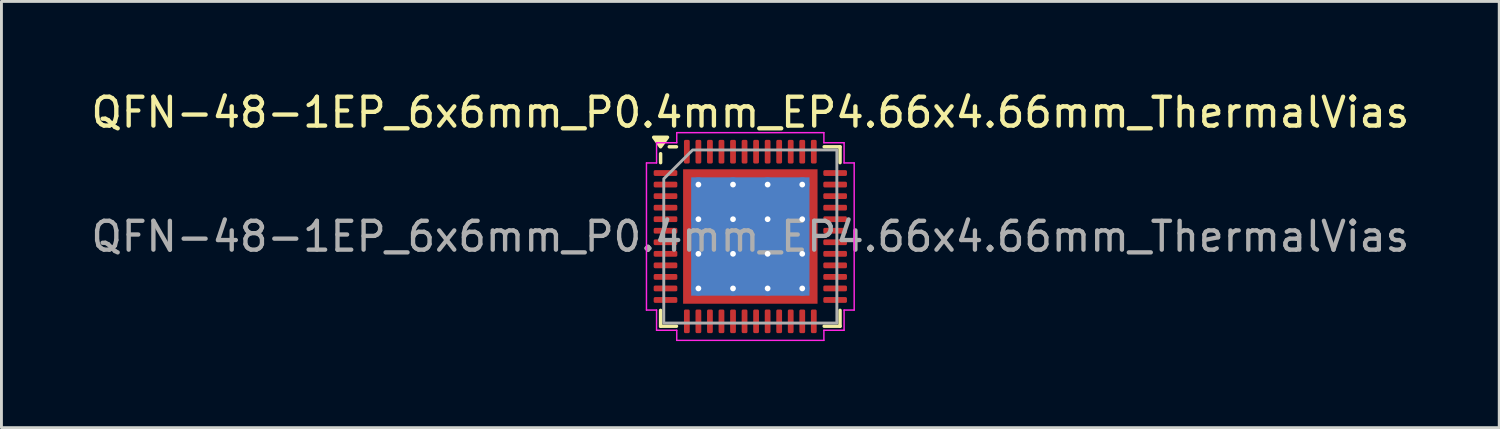
<source format=kicad_pcb>
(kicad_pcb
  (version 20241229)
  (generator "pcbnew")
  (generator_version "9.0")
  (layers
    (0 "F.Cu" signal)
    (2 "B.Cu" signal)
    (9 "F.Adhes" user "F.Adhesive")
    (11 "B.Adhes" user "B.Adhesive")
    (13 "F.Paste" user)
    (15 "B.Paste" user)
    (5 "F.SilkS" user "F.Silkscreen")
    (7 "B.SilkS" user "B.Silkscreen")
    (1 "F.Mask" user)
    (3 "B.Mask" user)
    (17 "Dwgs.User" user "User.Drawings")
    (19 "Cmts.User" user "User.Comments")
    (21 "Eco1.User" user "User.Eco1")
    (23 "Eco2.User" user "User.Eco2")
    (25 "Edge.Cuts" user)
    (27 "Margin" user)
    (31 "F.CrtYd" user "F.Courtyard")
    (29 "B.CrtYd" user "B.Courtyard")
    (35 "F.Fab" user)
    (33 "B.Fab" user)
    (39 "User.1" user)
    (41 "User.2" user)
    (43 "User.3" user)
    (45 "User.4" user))
  (footprint "QFN-48-1EP_6x6mm_P0.4mm_EP4.66x4.66mm_ThermalVias"
    (layer "F.Cu")
    (at 22.958 5.148)
    (property "Reference" "QFN-48-1EP_6x6mm_P0.4mm_EP4.66x4.66mm_ThermalVias" (at 0 -4.3 0) (layer "F.SilkS") (effects (font (size 1 1) (thickness 0.15))))
    (attr smd)
    (fp_line (start -3.11 -2.56) (end -3.11 -2.87) (stroke (width 0.12) (type solid)) (layer "F.SilkS"))
    (fp_line (start -3.11 3.11) (end -3.11 2.56) (stroke (width 0.12) (type solid)) (layer "F.SilkS"))
    (fp_line (start -2.56 -3.11) (end -2.81 -3.11) (stroke (width 0.12) (type solid)) (layer "F.SilkS"))
    (fp_line (start -2.56 3.11) (end -3.11 3.11) (stroke (width 0.12) (type solid)) (layer "F.SilkS"))
    (fp_line (start 2.56 -3.11) (end 3.11 -3.11) (stroke (width 0.12) (type solid)) (layer "F.SilkS"))
    (fp_line (start 2.56 3.11) (end 3.11 3.11) (stroke (width 0.12) (type solid)) (layer "F.SilkS"))
    (fp_line (start 3.11 -3.11) (end 3.11 -2.56) (stroke (width 0.12) (type solid)) (layer "F.SilkS"))
    (fp_line (start 3.11 3.11) (end 3.11 2.56) (stroke (width 0.12) (type solid)) (layer "F.SilkS"))
    (fp_poly (pts (xy -3.11 -3.11) (xy -3.35 -3.44) (xy -2.87 -3.44)) (stroke (width 0.12) (type solid)) (fill yes) (layer "F.SilkS"))
    (fp_line (start -3.6 -2.55) (end -3.25 -2.55) (stroke (width 0.05) (type solid)) (layer "F.CrtYd"))
    (fp_line (start -3.6 2.55) (end -3.6 -2.55) (stroke (width 0.05) (type solid)) (layer "F.CrtYd"))
    (fp_line (start -3.25 -3.25) (end -2.55 -3.25) (stroke (width 0.05) (type solid)) (layer "F.CrtYd"))
    (fp_line (start -3.25 -2.55) (end -3.25 -3.25) (stroke (width 0.05) (type solid)) (layer "F.CrtYd"))
    (fp_line (start -3.25 2.55) (end -3.6 2.55) (stroke (width 0.05) (type solid)) (layer "F.CrtYd"))
    (fp_line (start -3.25 3.25) (end -3.25 2.55) (stroke (width 0.05) (type solid)) (layer "F.CrtYd"))
    (fp_line (start -2.55 -3.6) (end 2.55 -3.6) (stroke (width 0.05) (type solid)) (layer "F.CrtYd"))
    (fp_line (start -2.55 -3.25) (end -2.55 -3.6) (stroke (width 0.05) (type solid)) (layer "F.CrtYd"))
    (fp_line (start -2.55 3.25) (end -3.25 3.25) (stroke (width 0.05) (type solid)) (layer "F.CrtYd"))
    (fp_line (start -2.55 3.6) (end -2.55 3.25) (stroke (width 0.05) (type solid)) (layer "F.CrtYd"))
    (fp_line (start 2.55 -3.6) (end 2.55 -3.25) (stroke (width 0.05) (type solid)) (layer "F.CrtYd"))
    (fp_line (start 2.55 -3.25) (end 3.25 -3.25) (stroke (width 0.05) (type solid)) (layer "F.CrtYd"))
    (fp_line (start 2.55 3.25) (end 2.55 3.6) (stroke (width 0.05) (type solid)) (layer "F.CrtYd"))
    (fp_line (start 2.55 3.6) (end -2.55 3.6) (stroke (width 0.05) (type solid)) (layer "F.CrtYd"))
    (fp_line (start 3.25 -3.25) (end 3.25 -2.55) (stroke (width 0.05) (type solid)) (layer "F.CrtYd"))
    (fp_line (start 3.25 -2.55) (end 3.6 -2.55) (stroke (width 0.05) (type solid)) (layer "F.CrtYd"))
    (fp_line (start 3.25 2.55) (end 3.25 3.25) (stroke (width 0.05) (type solid)) (layer "F.CrtYd"))
    (fp_line (start 3.25 3.25) (end 2.55 3.25) (stroke (width 0.05) (type solid)) (layer "F.CrtYd"))
    (fp_line (start 3.6 -2.55) (end 3.6 2.55) (stroke (width 0.05) (type solid)) (layer "F.CrtYd"))
    (fp_line (start 3.6 2.55) (end 3.25 2.55) (stroke (width 0.05) (type solid)) (layer "F.CrtYd"))
    (fp_poly (pts (xy -3 -2) (xy -3 3) (xy 3 3) (xy 3 -3) (xy -2 -3)) (stroke (width 0.1) (type solid)) (fill no) (layer "F.Fab"))
    (fp_text user "${REFERENCE}" (at 0 0 0) (layer "F.Fab") (effects (font (size 1 1) (thickness 0.15))))
    (pad "" smd roundrect (at -1.55 -1.55) (size 1.25 1.25) (layers "F.Paste") (roundrect_rratio 0.2))
    (pad "" smd roundrect (at -1.55 0) (size 1.25 1.25) (layers "F.Paste") (roundrect_rratio 0.2))
    (pad "" smd roundrect (at -1.55 1.55) (size 1.25 1.25) (layers "F.Paste") (roundrect_rratio 0.2))
    (pad "" smd roundrect (at 0 -1.55) (size 1.25 1.25) (layers "F.Paste") (roundrect_rratio 0.2))
    (pad "" smd roundrect (at 0 0) (size 1.25 1.25) (layers "F.Paste") (roundrect_rratio 0.2))
    (pad "" smd roundrect (at 0 1.55) (size 1.25 1.25) (layers "F.Paste") (roundrect_rratio 0.2))
    (pad "" smd roundrect (at 1.55 -1.55) (size 1.25 1.25) (layers "F.Paste") (roundrect_rratio 0.2))
    (pad "" smd roundrect (at 1.55 0) (size 1.25 1.25) (layers "F.Paste") (roundrect_rratio 0.2))
    (pad "" smd roundrect (at 1.55 1.55) (size 1.25 1.25) (layers "F.Paste") (roundrect_rratio 0.2))
    (pad "1" smd roundrect (at -2.94 -2.2) (size 0.82 0.2) (layers "F.Cu" "F.Mask" "F.Paste") (roundrect_rratio 0.25))
    (pad "2" smd roundrect (at -2.94 -1.8) (size 0.82 0.2) (layers "F.Cu" "F.Mask" "F.Paste") (roundrect_rratio 0.25))
    (pad "3" smd roundrect (at -2.94 -1.4) (size 0.82 0.2) (layers "F.Cu" "F.Mask" "F.Paste") (roundrect_rratio 0.25))
    (pad "4" smd roundrect (at -2.94 -1) (size 0.82 0.2) (layers "F.Cu" "F.Mask" "F.Paste") (roundrect_rratio 0.25))
    (pad "5" smd roundrect (at -2.94 -0.6) (size 0.82 0.2) (layers "F.Cu" "F.Mask" "F.Paste") (roundrect_rratio 0.25))
    (pad "6" smd roundrect (at -2.94 -0.2) (size 0.82 0.2) (layers "F.Cu" "F.Mask" "F.Paste") (roundrect_rratio 0.25))
    (pad "7" smd roundrect (at -2.94 0.2) (size 0.82 0.2) (layers "F.Cu" "F.Mask" "F.Paste") (roundrect_rratio 0.25))
    (pad "8" smd roundrect (at -2.94 0.6) (size 0.82 0.2) (layers "F.Cu" "F.Mask" "F.Paste") (roundrect_rratio 0.25))
    (pad "9" smd roundrect (at -2.94 1) (size 0.82 0.2) (layers "F.Cu" "F.Mask" "F.Paste") (roundrect_rratio 0.25))
    (pad "10" smd roundrect (at -2.94 1.4) (size 0.82 0.2) (layers "F.Cu" "F.Mask" "F.Paste") (roundrect_rratio 0.25))
    (pad "11" smd roundrect (at -2.94 1.8) (size 0.82 0.2) (layers "F.Cu" "F.Mask" "F.Paste") (roundrect_rratio 0.25))
    (pad "12" smd roundrect (at -2.94 2.2) (size 0.82 0.2) (layers "F.Cu" "F.Mask" "F.Paste") (roundrect_rratio 0.25))
    (pad "13" smd roundrect (at -2.2 2.94) (size 0.2 0.82) (layers "F.Cu" "F.Mask" "F.Paste") (roundrect_rratio 0.25))
    (pad "14" smd roundrect (at -1.8 2.94) (size 0.2 0.82) (layers "F.Cu" "F.Mask" "F.Paste") (roundrect_rratio 0.25))
    (pad "15" smd roundrect (at -1.4 2.94) (size 0.2 0.82) (layers "F.Cu" "F.Mask" "F.Paste") (roundrect_rratio 0.25))
    (pad "16" smd roundrect (at -1 2.94) (size 0.2 0.82) (layers "F.Cu" "F.Mask" "F.Paste") (roundrect_rratio 0.25))
    (pad "17" smd roundrect (at -0.6 2.94) (size 0.2 0.82) (layers "F.Cu" "F.Mask" "F.Paste") (roundrect_rratio 0.25))
    (pad "18" smd roundrect (at -0.2 2.94) (size 0.2 0.82) (layers "F.Cu" "F.Mask" "F.Paste") (roundrect_rratio 0.25))
    (pad "19" smd roundrect (at 0.2 2.94) (size 0.2 0.82) (layers "F.Cu" "F.Mask" "F.Paste") (roundrect_rratio 0.25))
    (pad "20" smd roundrect (at 0.6 2.94) (size 0.2 0.82) (layers "F.Cu" "F.Mask" "F.Paste") (roundrect_rratio 0.25))
    (pad "21" smd roundrect (at 1 2.94) (size 0.2 0.82) (layers "F.Cu" "F.Mask" "F.Paste") (roundrect_rratio 0.25))
    (pad "22" smd roundrect (at 1.4 2.94) (size 0.2 0.82) (layers "F.Cu" "F.Mask" "F.Paste") (roundrect_rratio 0.25))
    (pad "23" smd roundrect (at 1.8 2.94) (size 0.2 0.82) (layers "F.Cu" "F.Mask" "F.Paste") (roundrect_rratio 0.25))
    (pad "24" smd roundrect (at 2.2 2.94) (size 0.2 0.82) (layers "F.Cu" "F.Mask" "F.Paste") (roundrect_rratio 0.25))
    (pad "25" smd roundrect (at 2.94 2.2) (size 0.82 0.2) (layers "F.Cu" "F.Mask" "F.Paste") (roundrect_rratio 0.25))
    (pad "26" smd roundrect (at 2.94 1.8) (size 0.82 0.2) (layers "F.Cu" "F.Mask" "F.Paste") (roundrect_rratio 0.25))
    (pad "27" smd roundrect (at 2.94 1.4) (size 0.82 0.2) (layers "F.Cu" "F.Mask" "F.Paste") (roundrect_rratio 0.25))
    (pad "28" smd roundrect (at 2.94 1) (size 0.82 0.2) (layers "F.Cu" "F.Mask" "F.Paste") (roundrect_rratio 0.25))
    (pad "29" smd roundrect (at 2.94 0.6) (size 0.82 0.2) (layers "F.Cu" "F.Mask" "F.Paste") (roundrect_rratio 0.25))
    (pad "30" smd roundrect (at 2.94 0.2) (size 0.82 0.2) (layers "F.Cu" "F.Mask" "F.Paste") (roundrect_rratio 0.25))
    (pad "31" smd roundrect (at 2.94 -0.2) (size 0.82 0.2) (layers "F.Cu" "F.Mask" "F.Paste") (roundrect_rratio 0.25))
    (pad "32" smd roundrect (at 2.94 -0.6) (size 0.82 0.2) (layers "F.Cu" "F.Mask" "F.Paste") (roundrect_rratio 0.25))
    (pad "33" smd roundrect (at 2.94 -1) (size 0.82 0.2) (layers "F.Cu" "F.Mask" "F.Paste") (roundrect_rratio 0.25))
    (pad "34" smd roundrect (at 2.94 -1.4) (size 0.82 0.2) (layers "F.Cu" "F.Mask" "F.Paste") (roundrect_rratio 0.25))
    (pad "35" smd roundrect (at 2.94 -1.8) (size 0.82 0.2) (layers "F.Cu" "F.Mask" "F.Paste") (roundrect_rratio 0.25))
    (pad "36" smd roundrect (at 2.94 -2.2) (size 0.82 0.2) (layers "F.Cu" "F.Mask" "F.Paste") (roundrect_rratio 0.25))
    (pad "37" smd roundrect (at 2.2 -2.94) (size 0.2 0.82) (layers "F.Cu" "F.Mask" "F.Paste") (roundrect_rratio 0.25))
    (pad "38" smd roundrect (at 1.8 -2.94) (size 0.2 0.82) (layers "F.Cu" "F.Mask" "F.Paste") (roundrect_rratio 0.25))
    (pad "39" smd roundrect (at 1.4 -2.94) (size 0.2 0.82) (layers "F.Cu" "F.Mask" "F.Paste") (roundrect_rratio 0.25))
    (pad "40" smd roundrect (at 1 -2.94) (size 0.2 0.82) (layers "F.Cu" "F.Mask" "F.Paste") (roundrect_rratio 0.25))
    (pad "41" smd roundrect (at 0.6 -2.94) (size 0.2 0.82) (layers "F.Cu" "F.Mask" "F.Paste") (roundrect_rratio 0.25))
    (pad "42" smd roundrect (at 0.2 -2.94) (size 0.2 0.82) (layers "F.Cu" "F.Mask" "F.Paste") (roundrect_rratio 0.25))
    (pad "43" smd roundrect (at -0.2 -2.94) (size 0.2 0.82) (layers "F.Cu" "F.Mask" "F.Paste") (roundrect_rratio 0.25))
    (pad "44" smd roundrect (at -0.6 -2.94) (size 0.2 0.82) (layers "F.Cu" "F.Mask" "F.Paste") (roundrect_rratio 0.25))
    (pad "45" smd roundrect (at -1 -2.94) (size 0.2 0.82) (layers "F.Cu" "F.Mask" "F.Paste") (roundrect_rratio 0.25))
    (pad "46" smd roundrect (at -1.4 -2.94) (size 0.2 0.82) (layers "F.Cu" "F.Mask" "F.Paste") (roundrect_rratio 0.25))
    (pad "47" smd roundrect (at -1.8 -2.94) (size 0.2 0.82) (layers "F.Cu" "F.Mask" "F.Paste") (roundrect_rratio 0.25))
    (pad "48" smd roundrect (at -2.2 -2.94) (size 0.2 0.82) (layers "F.Cu" "F.Mask" "F.Paste") (roundrect_rratio 0.25))
    (pad "49" thru_hole circle (at -1.8 -1.8) (size 0.5 0.5) (drill 0.2) (property pad_prop_heatsink) (layers "*.Cu"))
    (pad "49" thru_hole circle (at -1.8 -0.6) (size 0.5 0.5) (drill 0.2) (property pad_prop_heatsink) (layers "*.Cu"))
    (pad "49" thru_hole circle (at -1.8 0.6) (size 0.5 0.5) (drill 0.2) (property pad_prop_heatsink) (layers "*.Cu"))
    (pad "49" thru_hole circle (at -1.8 1.8) (size 0.5 0.5) (drill 0.2) (property pad_prop_heatsink) (layers "*.Cu"))
    (pad "49" thru_hole circle (at -0.6 -1.8) (size 0.5 0.5) (drill 0.2) (property pad_prop_heatsink) (layers "*.Cu"))
    (pad "49" thru_hole circle (at -0.6 -0.6) (size 0.5 0.5) (drill 0.2) (property pad_prop_heatsink) (layers "*.Cu"))
    (pad "49" thru_hole circle (at -0.6 0.6) (size 0.5 0.5) (drill 0.2) (property pad_prop_heatsink) (layers "*.Cu"))
    (pad "49" thru_hole circle (at -0.6 1.8) (size 0.5 0.5) (drill 0.2) (property pad_prop_heatsink) (layers "*.Cu"))
    (pad "49" smd rect (at 0 0) (size 4.1 4.1) (property pad_prop_heatsink) (layers "B.Cu"))
    (pad "49" smd rect (at 0 0) (size 4.66 4.66) (property pad_prop_heatsink) (layers "F.Cu" "F.Mask"))
    (pad "49" thru_hole circle (at 0.6 -1.8) (size 0.5 0.5) (drill 0.2) (property pad_prop_heatsink) (layers "*.Cu"))
    (pad "49" thru_hole circle (at 0.6 -0.6) (size 0.5 0.5) (drill 0.2) (property pad_prop_heatsink) (layers "*.Cu"))
    (pad "49" thru_hole circle (at 0.6 0.6) (size 0.5 0.5) (drill 0.2) (property pad_prop_heatsink) (layers "*.Cu"))
    (pad "49" thru_hole circle (at 0.6 1.8) (size 0.5 0.5) (drill 0.2) (property pad_prop_heatsink) (layers "*.Cu"))
    (pad "49" thru_hole circle (at 1.8 -1.8) (size 0.5 0.5) (drill 0.2) (property pad_prop_heatsink) (layers "*.Cu"))
    (pad "49" thru_hole circle (at 1.8 -0.6) (size 0.5 0.5) (drill 0.2) (property pad_prop_heatsink) (layers "*.Cu"))
    (pad "49" thru_hole circle (at 1.8 0.6) (size 0.5 0.5) (drill 0.2) (property pad_prop_heatsink) (layers "*.Cu"))
    (pad "49" thru_hole circle (at 1.8 1.8) (size 0.5 0.5) (drill 0.2) (property pad_prop_heatsink) (layers "*.Cu")))
  (gr_rect
    (start -3 -3)
    (end 48.917 11.773)
    (stroke (width 0.1) (type default))
    (fill no)
    (layer "Edge.Cuts")))
</source>
